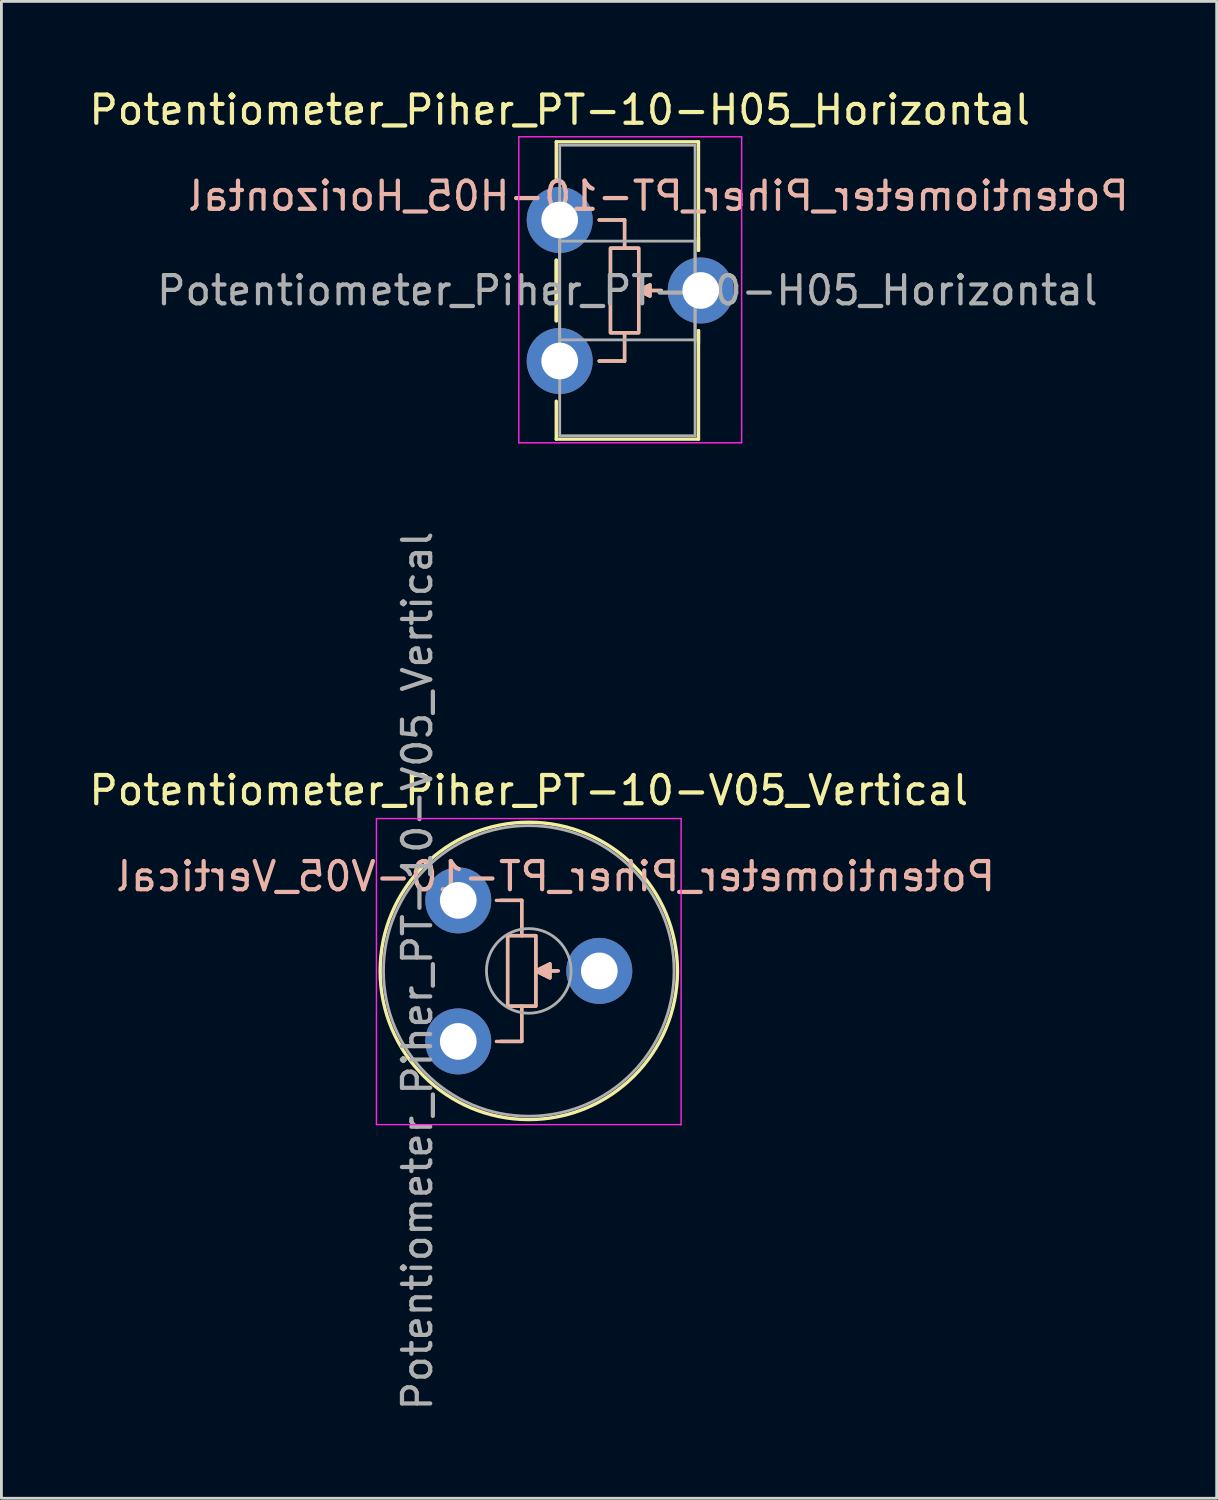
<source format=kicad_pcb>
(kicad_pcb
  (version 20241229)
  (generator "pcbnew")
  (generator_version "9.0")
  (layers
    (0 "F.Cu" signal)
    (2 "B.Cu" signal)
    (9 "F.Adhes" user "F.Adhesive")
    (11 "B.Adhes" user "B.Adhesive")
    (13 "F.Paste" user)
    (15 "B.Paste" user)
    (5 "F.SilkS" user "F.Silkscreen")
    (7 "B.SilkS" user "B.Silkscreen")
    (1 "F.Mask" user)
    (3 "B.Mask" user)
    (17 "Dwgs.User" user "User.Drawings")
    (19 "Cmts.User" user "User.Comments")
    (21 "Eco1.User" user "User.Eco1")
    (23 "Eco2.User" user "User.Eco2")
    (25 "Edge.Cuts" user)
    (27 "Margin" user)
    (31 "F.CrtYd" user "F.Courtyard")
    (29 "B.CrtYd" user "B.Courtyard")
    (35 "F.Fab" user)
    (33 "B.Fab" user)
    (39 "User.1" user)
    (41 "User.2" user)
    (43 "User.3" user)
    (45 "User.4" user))
  (footprint "Potentiometer_Piher_PT-10-V05_Vertical"
    (layer "F.Cu")
    (at 13.196 33.87)
    (property "Reference" "Potentiometer_Piher_PT-10-V05_Vertical" (at 2.5 -8.9 0) (layer "F.SilkS") (effects (font (size 1 1) (thickness 0.15))))
    (attr through_hole)
    (fp_line (start 2.25 -5) (end 1.5 -5) (stroke (width 0.12) (type solid)) (layer "F.SilkS"))
    (fp_line (start 2.25 -3.75) (end 2.25 -5) (stroke (width 0.12) (type solid)) (layer "F.SilkS"))
    (fp_line (start 2.25 -1.25) (end 2.25 0) (stroke (width 0.12) (type solid)) (layer "F.SilkS"))
    (fp_line (start 2.25 0) (end 1.5 0) (stroke (width 0.12) (type solid)) (layer "F.SilkS"))
    (fp_line (start 2.75 -2.5) (end 3.5 -2.5) (stroke (width 0.12) (type solid)) (layer "F.SilkS"))
    (fp_rect (start 1.75 -3.75) (end 2.75 -1.25) (stroke (width 0.12) (type solid)) (fill no) (layer "F.SilkS"))
    (fp_circle (center 2.501 -2.5) (end 7.771 -2.5) (stroke (width 0.12) (type solid)) (fill no) (layer "F.SilkS"))
    (fp_poly (pts (xy 3.25 -2.25) (xy 2.75 -2.5) (xy 3.25 -2.75)) (stroke (width 0.12) (type solid)) (fill yes) (layer "F.SilkS"))
    (fp_line (start 1.35 -5) (end 2.25 -5) (stroke (width 0.12) (type solid)) (layer "B.SilkS"))
    (fp_line (start 1.35 0) (end 2.25 0) (stroke (width 0.12) (type solid)) (layer "B.SilkS"))
    (fp_line (start 2.25 -5) (end 2.25 -3.75) (stroke (width 0.12) (type solid)) (layer "B.SilkS"))
    (fp_line (start 2.25 0) (end 2.25 -1.25) (stroke (width 0.12) (type solid)) (layer "B.SilkS"))
    (fp_line (start 3.55 -2.5) (end 2.75 -2.5) (stroke (width 0.12) (type solid)) (layer "B.SilkS"))
    (fp_rect (start 1.75 -3.75) (end 2.75 -1.25) (stroke (width 0.12) (type solid)) (fill no) (layer "B.SilkS"))
    (fp_poly (pts (xy 3.25 -2.25) (xy 2.75 -2.5) (xy 3.25 -2.75)) (stroke (width 0.12) (type solid)) (fill yes) (layer "B.SilkS"))
    (fp_line (start -2.9 -7.9) (end -2.9 2.95) (stroke (width 0.05) (type solid)) (layer "F.CrtYd"))
    (fp_line (start -2.9 2.95) (end 7.9 2.95) (stroke (width 0.05) (type solid)) (layer "F.CrtYd"))
    (fp_line (start 7.9 -7.9) (end -2.9 -7.9) (stroke (width 0.05) (type solid)) (layer "F.CrtYd"))
    (fp_line (start 7.9 2.95) (end 7.9 -7.9) (stroke (width 0.05) (type solid)) (layer "F.CrtYd"))
    (fp_circle (center 2.5 -2.5) (end 4 -2.5) (stroke (width 0.1) (type solid)) (fill no) (layer "F.Fab"))
    (fp_circle (center 2.5 -2.5) (end 7.65 -2.5) (stroke (width 0.1) (type solid)) (fill no) (layer "F.Fab"))
    (fp_text user "${REFERENCE}" (at 3.45 -5.85 0) (unlocked yes) (layer "B.SilkS") (effects (font (size 1 1) (thickness 0.15)) (justify mirror)))
    (fp_text user "${REFERENCE}" (at -1.45 -2.5 90) (layer "F.Fab") (effects (font (size 1 1) (thickness 0.15))))
    (pad "1" thru_hole circle (at 0 0) (size 2.34 2.34) (drill 1.3) (layers "*.Cu" "*.Mask"))
    (pad "2" thru_hole circle (at 5 -2.5) (size 2.34 2.34) (drill 1.3) (layers "*.Cu" "*.Mask"))
    (pad "3" thru_hole circle (at 0 -5) (size 2.34 2.34) (drill 1.3) (layers "*.Cu" "*.Mask")))
  (footprint "Potentiometer_Piher_PT-10-H05_Horizontal"
    (layer "F.Cu")
    (at 16.792 4.748)
    (property "Reference" "Potentiometer_Piher_PT-10-H05_Horizontal" (at 0 -3.9 0) (layer "F.SilkS") (effects (font (size 1 1) (thickness 0.15))))
    (attr through_hole)
    (fp_line (start -0.121 -2.771) (end -0.121 -1.426) (stroke (width 0.12) (type solid)) (layer "F.SilkS"))
    (fp_line (start -0.121 -2.771) (end 4.92 -2.771) (stroke (width 0.12) (type solid)) (layer "F.SilkS"))
    (fp_line (start -0.121 1.426) (end -0.121 3.575) (stroke (width 0.12) (type solid)) (layer "F.SilkS"))
    (fp_line (start -0.121 1.426) (end -0.121 3.575) (stroke (width 0.12) (type solid)) (layer "F.SilkS"))
    (fp_line (start -0.121 6.425) (end -0.121 7.77) (stroke (width 0.12) (type solid)) (layer "F.SilkS"))
    (fp_line (start -0.121 7.77) (end 4.92 7.77) (stroke (width 0.12) (type solid)) (layer "F.SilkS"))
    (fp_line (start 1.4 0) (end 2.2 0) (stroke (width 0.12) (type solid)) (layer "F.SilkS"))
    (fp_line (start 2.2 0) (end 2.3 0) (stroke (width 0.12) (type solid)) (layer "F.SilkS"))
    (fp_line (start 2.3 0) (end 2.3 1) (stroke (width 0.12) (type solid)) (layer "F.SilkS"))
    (fp_line (start 2.3 4) (end 2.3 5) (stroke (width 0.12) (type solid)) (layer "F.SilkS"))
    (fp_line (start 2.3 5) (end 1.4 5) (stroke (width 0.12) (type solid)) (layer "F.SilkS"))
    (fp_line (start 3.6 2.5) (end 2.8 2.5) (stroke (width 0.12) (type solid)) (layer "F.SilkS"))
    (fp_line (start 4.92 -2.771) (end 4.92 1.075) (stroke (width 0.12) (type solid)) (layer "F.SilkS"))
    (fp_line (start 4.92 0.63) (end 4.92 1.075) (stroke (width 0.12) (type solid)) (layer "F.SilkS"))
    (fp_line (start 4.92 3.925) (end 4.92 4.37) (stroke (width 0.12) (type solid)) (layer "F.SilkS"))
    (fp_line (start 4.92 3.925) (end 4.92 7.77) (stroke (width 0.12) (type solid)) (layer "F.SilkS"))
    (fp_rect (start 1.8 1) (end 2.8 4) (stroke (width 0.12) (type solid)) (fill no) (layer "F.SilkS"))
    (fp_poly (pts (xy 3.2 2.7) (xy 2.8 2.5) (xy 3.2 2.3)) (stroke (width 0.12) (type solid)) (fill yes) (layer "F.SilkS"))
    (fp_line (start 1.4 0) (end 2.3 0) (stroke (width 0.12) (type solid)) (layer "B.SilkS"))
    (fp_line (start 1.4 5) (end 2.3 5) (stroke (width 0.12) (type solid)) (layer "B.SilkS"))
    (fp_line (start 2.3 0) (end 2.3 1) (stroke (width 0.12) (type solid)) (layer "B.SilkS"))
    (fp_line (start 2.3 5) (end 2.3 4) (stroke (width 0.12) (type solid)) (layer "B.SilkS"))
    (fp_line (start 3.6 2.5) (end 2.8 2.5) (stroke (width 0.12) (type solid)) (layer "B.SilkS"))
    (fp_rect (start 1.8 1) (end 2.8 4) (stroke (width 0.12) (type solid)) (fill no) (layer "B.SilkS"))
    (fp_poly (pts (xy 3.2 2.7) (xy 2.8 2.5) (xy 3.2 2.3)) (stroke (width 0.12) (type solid)) (fill yes) (layer "B.SilkS"))
    (fp_line (start -1.45 -2.95) (end -1.45 7.9) (stroke (width 0.05) (type solid)) (layer "F.CrtYd"))
    (fp_line (start -1.45 7.9) (end 6.45 7.9) (stroke (width 0.05) (type solid)) (layer "F.CrtYd"))
    (fp_line (start 6.45 -2.95) (end -1.45 -2.95) (stroke (width 0.05) (type solid)) (layer "F.CrtYd"))
    (fp_line (start 6.45 7.9) (end 6.45 -2.95) (stroke (width 0.05) (type solid)) (layer "F.CrtYd"))
    (fp_line (start 0 -2.65) (end 4.8 -2.65) (stroke (width 0.1) (type solid)) (layer "F.Fab"))
    (fp_line (start 0 0.75) (end 0 4.25) (stroke (width 0.1) (type solid)) (layer "F.Fab"))
    (fp_line (start 0 4.25) (end 4.8 4.25) (stroke (width 0.1) (type solid)) (layer "F.Fab"))
    (fp_line (start 0 7.65) (end 0 -2.65) (stroke (width 0.1) (type solid)) (layer "F.Fab"))
    (fp_line (start 4.8 -2.65) (end 4.8 7.65) (stroke (width 0.1) (type solid)) (layer "F.Fab"))
    (fp_line (start 4.8 0.75) (end 0 0.75) (stroke (width 0.1) (type solid)) (layer "F.Fab"))
    (fp_line (start 4.8 4.25) (end 4.8 0.75) (stroke (width 0.1) (type solid)) (layer "F.Fab"))
    (fp_line (start 4.8 7.65) (end 0 7.65) (stroke (width 0.1) (type solid)) (layer "F.Fab"))
    (fp_text user "${REFERENCE}" (at 3.5 -0.85 0) (unlocked yes) (layer "B.SilkS") (effects (font (size 1 1) (thickness 0.15)) (justify mirror)))
    (fp_text user "${REFERENCE}" (at 2.4 2.5 0) (layer "F.Fab") (effects (font (size 1 1) (thickness 0.15))))
    (pad "1" thru_hole circle (at 0 0) (size 2.34 2.34) (drill 1.3) (layers "*.Cu" "*.Mask"))
    (pad "2" thru_hole circle (at 5 2.5) (size 2.34 2.34) (drill 1.3) (layers "*.Cu" "*.Mask"))
    (pad "3" thru_hole circle (at 0 5) (size 2.34 2.34) (drill 1.3) (layers "*.Cu" "*.Mask")))
  (gr_rect
    (start -3 -3)
    (end 40.083 50.066)
    (stroke (width 0.1) (type default))
    (fill no)
    (layer "Edge.Cuts")))
</source>
